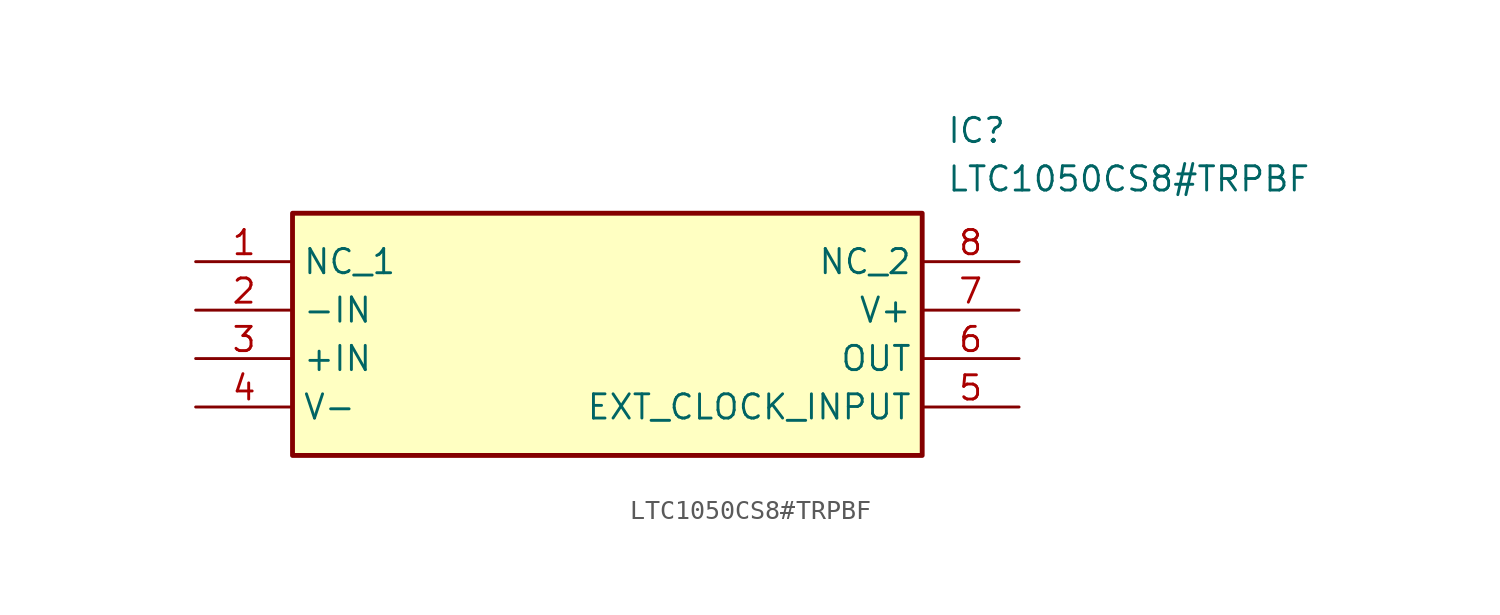
<source format=kicad_sym>
(kicad_symbol_lib
  (version 20211014)
  (generator SamacSys_ECAD_Model)
  (symbol "LTC1050CS8#TRPBF"
    (property "Reference" "IC"
      (at 39.37 7.62 0)
      (effects (font (size 1.27 1.27)) (justify left top)))
    (property "Value" "LTC1050CS8#TRPBF"
      (at 39.37 5.08 0)
      (effects (font (size 1.27 1.27)) (justify left top)))
    (rectangle
      (start 5.08 2.54)
      (end 38.1 -10.16)
      (stroke (width 0.254) (type default))
      (fill (type background)))
    (pin passive line
      (at 0 0 0)
      (length 5.08)
      (name "NC_1" (effects (font (size 1.27 1.27))))
      (number "1" (effects (font (size 1.27 1.27)))))
    (pin passive line
      (at 0 -2.54 0)
      (length 5.08)
      (name "-IN" (effects (font (size 1.27 1.27))))
      (number "2" (effects (font (size 1.27 1.27)))))
    (pin passive line
      (at 0 -5.08 0)
      (length 5.08)
      (name "+IN" (effects (font (size 1.27 1.27))))
      (number "3" (effects (font (size 1.27 1.27)))))
    (pin passive line
      (at 0 -7.62 0)
      (length 5.08)
      (name "V-" (effects (font (size 1.27 1.27))))
      (number "4" (effects (font (size 1.27 1.27)))))
    (pin passive line
      (at 43.18 0 180)
      (length 5.08)
      (name "NC_2" (effects (font (size 1.27 1.27))))
      (number "8" (effects (font (size 1.27 1.27)))))
    (pin passive line
      (at 43.18 -2.54 180)
      (length 5.08)
      (name "V+" (effects (font (size 1.27 1.27))))
      (number "7" (effects (font (size 1.27 1.27)))))
    (pin passive line
      (at 43.18 -5.08 180)
      (length 5.08)
      (name "OUT" (effects (font (size 1.27 1.27))))
      (number "6" (effects (font (size 1.27 1.27)))))
    (pin passive line
      (at 43.18 -7.62 180)
      (length 5.08)
      (name "EXT_CLOCK_INPUT" (effects (font (size 1.27 1.27))))
      (number "5" (effects (font (size 1.27 1.27)))))))
</source>
